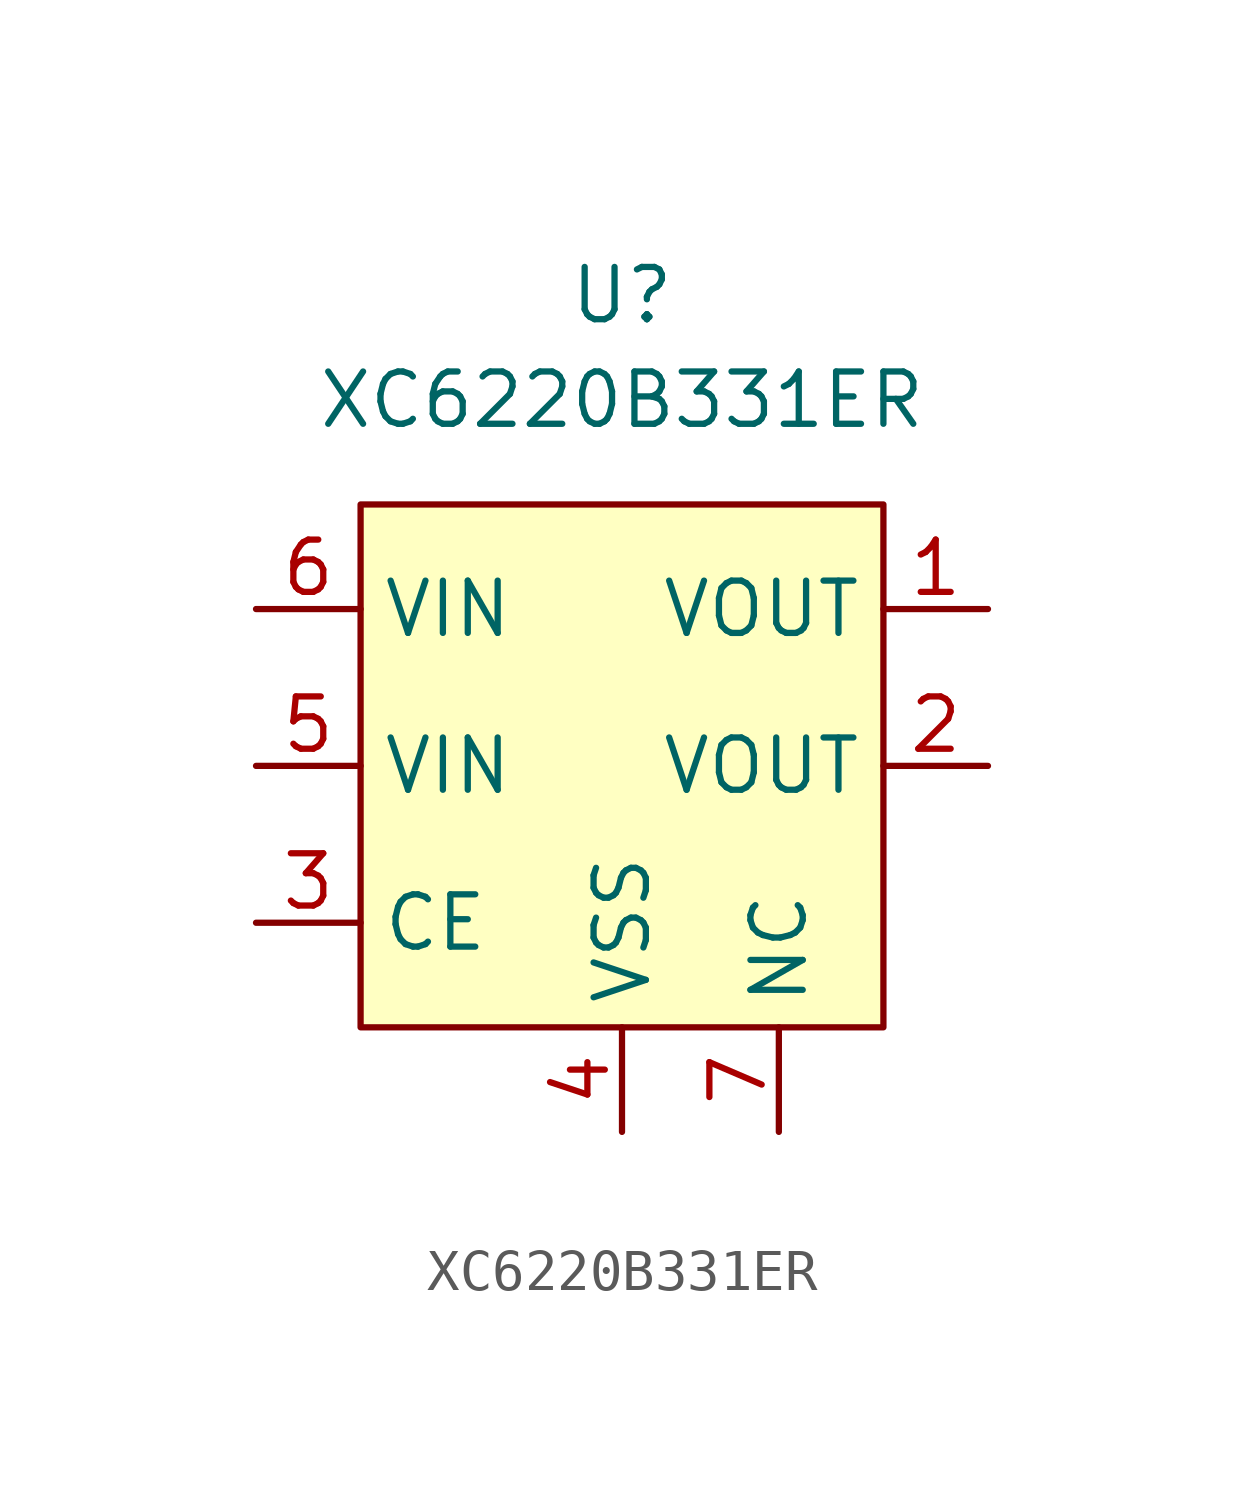
<source format=kicad_sym>
(kicad_symbol_lib
  (version 20241209)
  (generator "kicad_symbol_editor")
  (generator_version "9.0")
  (symbol "XC6220B331ER"
    (property "Reference" "U"
      (at 0 11.43 0)
      (effects (font (size 1.27 1.27))))
    (property "Value" "XC6220B331ER"
      (at 0 8.89 0)
      (effects (font (size 1.27 1.27))))
    (symbol "XC6220B331ER_0_1"
      (rectangle (start -6.35 6.35) (end 6.35 -6.35) (stroke (width 0) (type default)) (fill (type background))))
    (symbol "XC6220B331ER_1_1"
      (pin power_in line (at -8.89 3.81 0) (length 2.54) (name "VIN" (effects (font (size 1.27 1.27)))) (number "6" (effects (font (size 1.27 1.27)))))
      (pin power_in line (at -8.89 0 0) (length 2.54) (name "VIN" (effects (font (size 1.27 1.27)))) (number "5" (effects (font (size 1.27 1.27)))))
      (pin input line (at -8.89 -3.81 0) (length 2.54) (name "CE" (effects (font (size 1.27 1.27)))) (number "3" (effects (font (size 1.27 1.27)))))
      (pin power_in line (at 0 -8.89 90) (length 2.54) (name "VSS" (effects (font (size 1.27 1.27)))) (number "4" (effects (font (size 1.27 1.27)))))
      (pin passive line (at 3.81 -8.89 90) (length 2.54) (name "NC" (effects (font (size 1.27 1.27)))) (number "7" (effects (font (size 1.27 1.27)))))
      (pin power_out line (at 8.89 3.81 180) (length 2.54) (name "VOUT" (effects (font (size 1.27 1.27)))) (number "1" (effects (font (size 1.27 1.27)))))
      (pin passive line (at 8.89 0 180) (length 2.54) (name "VOUT" (effects (font (size 1.27 1.27)))) (number "2" (effects (font (size 1.27 1.27))))))))
</source>
